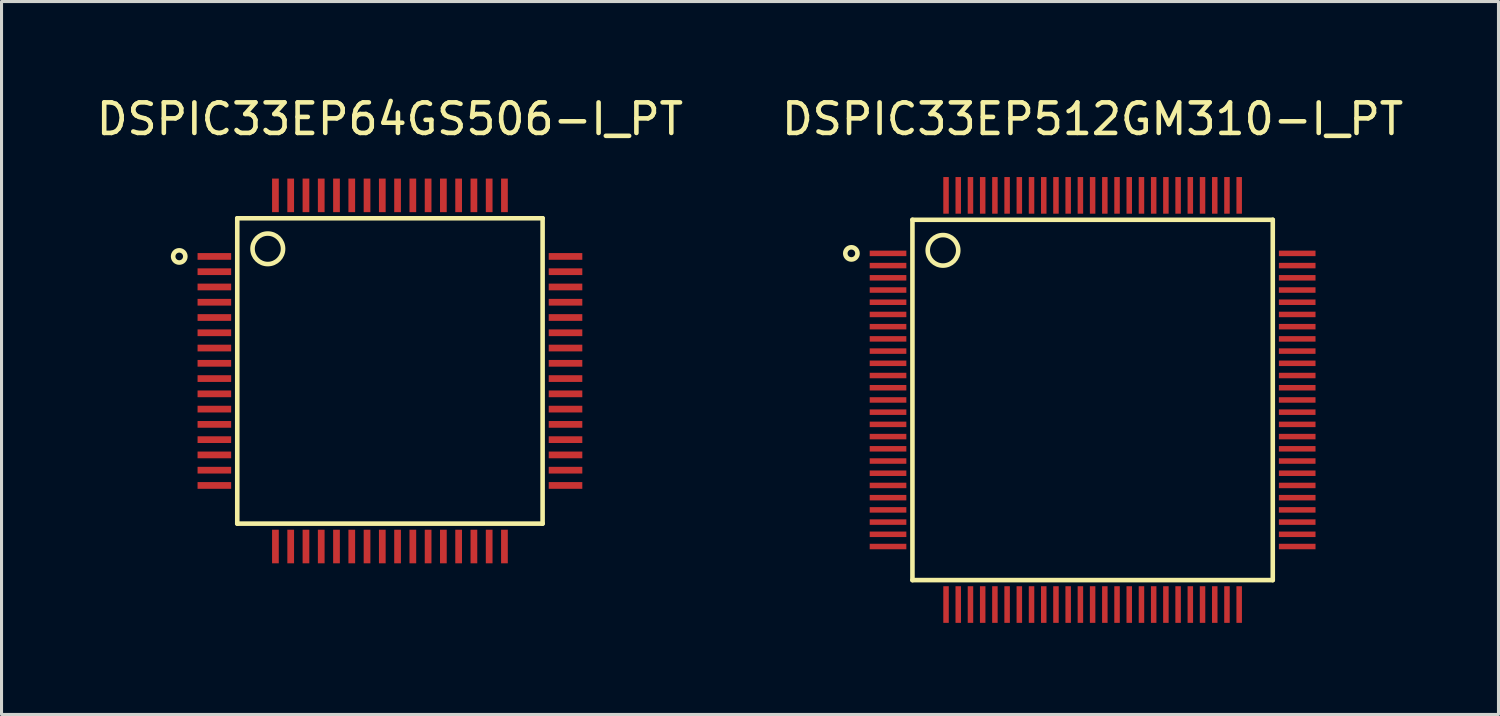
<source format=kicad_pcb>
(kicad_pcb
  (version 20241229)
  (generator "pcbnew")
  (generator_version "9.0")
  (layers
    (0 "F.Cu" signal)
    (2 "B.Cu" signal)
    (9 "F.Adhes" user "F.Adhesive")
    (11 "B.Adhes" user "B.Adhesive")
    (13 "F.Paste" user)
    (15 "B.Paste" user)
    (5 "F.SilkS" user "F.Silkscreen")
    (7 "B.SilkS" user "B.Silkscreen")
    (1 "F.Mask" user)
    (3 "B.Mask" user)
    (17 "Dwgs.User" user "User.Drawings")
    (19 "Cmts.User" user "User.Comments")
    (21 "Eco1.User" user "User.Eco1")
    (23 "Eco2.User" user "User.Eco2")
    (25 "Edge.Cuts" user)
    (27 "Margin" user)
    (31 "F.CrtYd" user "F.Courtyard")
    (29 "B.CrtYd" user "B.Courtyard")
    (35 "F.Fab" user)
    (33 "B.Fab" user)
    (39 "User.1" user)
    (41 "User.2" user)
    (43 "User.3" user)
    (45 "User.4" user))
  (footprint "DSPIC33EP512GM310-I_PT"
    (layer "F.Cu")
    (at 26.032 3.348)
    (property "Reference" "DSPIC33EP512GM310-I_PT" (at 6.7 -2.5 0) (layer "F.SilkS") (effects (font (size 1 1) (thickness 0.15))))
    (attr through_hole)
    (fp_line (start 0.8 0.8) (end 0.8 12.6) (stroke (width 0.15) (type solid)) (layer "F.SilkS"))
    (fp_line (start 0.8 0.8) (end 12.6 0.8) (stroke (width 0.15) (type solid)) (layer "F.SilkS"))
    (fp_line (start 0.8 12.6) (end 12.6 12.6) (stroke (width 0.15) (type solid)) (layer "F.SilkS"))
    (fp_line (start 12.6 12.6) (end 12.6 0.8) (stroke (width 0.15) (type solid)) (layer "F.SilkS"))
    (fp_circle (center -1.2 1.9) (end -1.2 1.7) (stroke (width 0.15) (type solid)) (fill no) (layer "F.SilkS"))
    (fp_circle (center 1.8 1.8) (end 1.8 1.3) (stroke (width 0.15) (type solid)) (fill no) (layer "F.SilkS"))
    (pad "1" smd rect (at 0 1.9) (size 1.2 0.18) (layers "F.Cu" "F.Mask" "F.Paste"))
    (pad "2" smd rect (at 0 2.3) (size 1.2 0.18) (layers "F.Cu" "F.Mask" "F.Paste"))
    (pad "3" smd rect (at 0 2.7) (size 1.2 0.18) (layers "F.Cu" "F.Mask" "F.Paste"))
    (pad "4" smd rect (at 0 3.1) (size 1.2 0.18) (layers "F.Cu" "F.Mask" "F.Paste"))
    (pad "5" smd rect (at 0 3.5) (size 1.2 0.18) (layers "F.Cu" "F.Mask" "F.Paste"))
    (pad "6" smd rect (at 0 3.9) (size 1.2 0.18) (layers "F.Cu" "F.Mask" "F.Paste"))
    (pad "7" smd rect (at 0 4.3) (size 1.2 0.18) (layers "F.Cu" "F.Mask" "F.Paste"))
    (pad "8" smd rect (at 0 4.7) (size 1.2 0.18) (layers "F.Cu" "F.Mask" "F.Paste"))
    (pad "9" smd rect (at 0 5.1) (size 1.2 0.18) (layers "F.Cu" "F.Mask" "F.Paste"))
    (pad "10" smd rect (at 0 5.5) (size 1.2 0.18) (layers "F.Cu" "F.Mask" "F.Paste"))
    (pad "11" smd rect (at 0 5.9) (size 1.2 0.18) (layers "F.Cu" "F.Mask" "F.Paste"))
    (pad "12" smd rect (at 0 6.3) (size 1.2 0.18) (layers "F.Cu" "F.Mask" "F.Paste"))
    (pad "13" smd rect (at 0 6.7) (size 1.2 0.18) (layers "F.Cu" "F.Mask" "F.Paste"))
    (pad "14" smd rect (at 0 7.1) (size 1.2 0.18) (layers "F.Cu" "F.Mask" "F.Paste"))
    (pad "15" smd rect (at 0 7.5) (size 1.2 0.18) (layers "F.Cu" "F.Mask" "F.Paste"))
    (pad "16" smd rect (at 0 7.9) (size 1.2 0.18) (layers "F.Cu" "F.Mask" "F.Paste"))
    (pad "17" smd rect (at 0 8.3) (size 1.2 0.18) (layers "F.Cu" "F.Mask" "F.Paste"))
    (pad "18" smd rect (at 0 8.7) (size 1.2 0.18) (layers "F.Cu" "F.Mask" "F.Paste"))
    (pad "19" smd rect (at 0 9.1) (size 1.2 0.18) (layers "F.Cu" "F.Mask" "F.Paste"))
    (pad "20" smd rect (at 0 9.5) (size 1.2 0.18) (layers "F.Cu" "F.Mask" "F.Paste"))
    (pad "21" smd rect (at 0 9.9) (size 1.2 0.18) (layers "F.Cu" "F.Mask" "F.Paste"))
    (pad "22" smd rect (at 0 10.3) (size 1.2 0.18) (layers "F.Cu" "F.Mask" "F.Paste"))
    (pad "23" smd rect (at 0 10.7) (size 1.2 0.18) (layers "F.Cu" "F.Mask" "F.Paste"))
    (pad "24" smd rect (at 0 11.1) (size 1.2 0.18) (layers "F.Cu" "F.Mask" "F.Paste"))
    (pad "25" smd rect (at 0 11.5) (size 1.2 0.18) (layers "F.Cu" "F.Mask" "F.Paste"))
    (pad "26" smd rect (at 1.9 13.4) (size 0.18 1.2) (layers "F.Cu" "F.Mask" "F.Paste"))
    (pad "27" smd rect (at 2.3 13.4) (size 0.18 1.2) (layers "F.Cu" "F.Mask" "F.Paste"))
    (pad "28" smd rect (at 2.7 13.4) (size 0.18 1.2) (layers "F.Cu" "F.Mask" "F.Paste"))
    (pad "29" smd rect (at 3.1 13.4) (size 0.18 1.2) (layers "F.Cu" "F.Mask" "F.Paste"))
    (pad "30" smd rect (at 3.5 13.4) (size 0.18 1.2) (layers "F.Cu" "F.Mask" "F.Paste"))
    (pad "31" smd rect (at 3.9 13.4) (size 0.18 1.2) (layers "F.Cu" "F.Mask" "F.Paste"))
    (pad "32" smd rect (at 4.3 13.4) (size 0.18 1.2) (layers "F.Cu" "F.Mask" "F.Paste"))
    (pad "33" smd rect (at 4.7 13.4) (size 0.18 1.2) (layers "F.Cu" "F.Mask" "F.Paste"))
    (pad "34" smd rect (at 5.1 13.4) (size 0.18 1.2) (layers "F.Cu" "F.Mask" "F.Paste"))
    (pad "35" smd rect (at 5.5 13.4) (size 0.18 1.2) (layers "F.Cu" "F.Mask" "F.Paste"))
    (pad "36" smd rect (at 5.9 13.4) (size 0.18 1.2) (layers "F.Cu" "F.Mask" "F.Paste"))
    (pad "37" smd rect (at 6.3 13.4) (size 0.18 1.2) (layers "F.Cu" "F.Mask" "F.Paste"))
    (pad "38" smd rect (at 6.7 13.4) (size 0.18 1.2) (layers "F.Cu" "F.Mask" "F.Paste"))
    (pad "39" smd rect (at 7.1 13.4) (size 0.18 1.2) (layers "F.Cu" "F.Mask" "F.Paste"))
    (pad "40" smd rect (at 7.5 13.4) (size 0.18 1.2) (layers "F.Cu" "F.Mask" "F.Paste"))
    (pad "41" smd rect (at 7.9 13.4) (size 0.18 1.2) (layers "F.Cu" "F.Mask" "F.Paste"))
    (pad "42" smd rect (at 8.3 13.4) (size 0.18 1.2) (layers "F.Cu" "F.Mask" "F.Paste"))
    (pad "43" smd rect (at 8.7 13.4) (size 0.18 1.2) (layers "F.Cu" "F.Mask" "F.Paste"))
    (pad "44" smd rect (at 9.1 13.4) (size 0.18 1.2) (layers "F.Cu" "F.Mask" "F.Paste"))
    (pad "45" smd rect (at 9.5 13.4) (size 0.18 1.2) (layers "F.Cu" "F.Mask" "F.Paste"))
    (pad "46" smd rect (at 9.9 13.4) (size 0.18 1.2) (layers "F.Cu" "F.Mask" "F.Paste"))
    (pad "47" smd rect (at 10.3 13.4) (size 0.18 1.2) (layers "F.Cu" "F.Mask" "F.Paste"))
    (pad "48" smd rect (at 10.7 13.4) (size 0.18 1.2) (layers "F.Cu" "F.Mask" "F.Paste"))
    (pad "49" smd rect (at 11.1 13.4) (size 0.18 1.2) (layers "F.Cu" "F.Mask" "F.Paste"))
    (pad "50" smd rect (at 11.5 13.4) (size 0.18 1.2) (layers "F.Cu" "F.Mask" "F.Paste"))
    (pad "51" smd rect (at 13.4 11.5) (size 1.2 0.18) (layers "F.Cu" "F.Mask" "F.Paste"))
    (pad "52" smd rect (at 13.4 11.1) (size 1.2 0.18) (layers "F.Cu" "F.Mask" "F.Paste"))
    (pad "53" smd rect (at 13.4 10.7) (size 1.2 0.18) (layers "F.Cu" "F.Mask" "F.Paste"))
    (pad "54" smd rect (at 13.4 10.3) (size 1.2 0.18) (layers "F.Cu" "F.Mask" "F.Paste"))
    (pad "55" smd rect (at 13.4 9.9) (size 1.2 0.18) (layers "F.Cu" "F.Mask" "F.Paste"))
    (pad "56" smd rect (at 13.4 9.5) (size 1.2 0.18) (layers "F.Cu" "F.Mask" "F.Paste"))
    (pad "57" smd rect (at 13.4 9.1) (size 1.2 0.18) (layers "F.Cu" "F.Mask" "F.Paste"))
    (pad "58" smd rect (at 13.4 8.7) (size 1.2 0.18) (layers "F.Cu" "F.Mask" "F.Paste"))
    (pad "59" smd rect (at 13.4 8.3) (size 1.2 0.18) (layers "F.Cu" "F.Mask" "F.Paste"))
    (pad "60" smd rect (at 13.4 7.9) (size 1.2 0.18) (layers "F.Cu" "F.Mask" "F.Paste"))
    (pad "61" smd rect (at 13.4 7.5) (size 1.2 0.18) (layers "F.Cu" "F.Mask" "F.Paste"))
    (pad "62" smd rect (at 13.4 7.1) (size 1.2 0.18) (layers "F.Cu" "F.Mask" "F.Paste"))
    (pad "63" smd rect (at 13.4 6.7) (size 1.2 0.18) (layers "F.Cu" "F.Mask" "F.Paste"))
    (pad "64" smd rect (at 13.4 6.3) (size 1.2 0.18) (layers "F.Cu" "F.Mask" "F.Paste"))
    (pad "65" smd rect (at 13.4 5.9) (size 1.2 0.18) (layers "F.Cu" "F.Mask" "F.Paste"))
    (pad "66" smd rect (at 13.4 5.5) (size 1.2 0.18) (layers "F.Cu" "F.Mask" "F.Paste"))
    (pad "67" smd rect (at 13.4 5.1) (size 1.2 0.18) (layers "F.Cu" "F.Mask" "F.Paste"))
    (pad "68" smd rect (at 13.4 4.7) (size 1.2 0.18) (layers "F.Cu" "F.Mask" "F.Paste"))
    (pad "69" smd rect (at 13.4 4.3) (size 1.2 0.18) (layers "F.Cu" "F.Mask" "F.Paste"))
    (pad "70" smd rect (at 13.4 3.9) (size 1.2 0.18) (layers "F.Cu" "F.Mask" "F.Paste"))
    (pad "71" smd rect (at 13.4 3.5) (size 1.2 0.18) (layers "F.Cu" "F.Mask" "F.Paste"))
    (pad "72" smd rect (at 13.4 3.1) (size 1.2 0.18) (layers "F.Cu" "F.Mask" "F.Paste"))
    (pad "73" smd rect (at 13.4 2.7) (size 1.2 0.18) (layers "F.Cu" "F.Mask" "F.Paste"))
    (pad "74" smd rect (at 13.4 2.3) (size 1.2 0.18) (layers "F.Cu" "F.Mask" "F.Paste"))
    (pad "75" smd rect (at 13.4 1.9) (size 1.2 0.18) (layers "F.Cu" "F.Mask" "F.Paste"))
    (pad "76" smd rect (at 11.5 0) (size 0.18 1.2) (layers "F.Cu" "F.Mask" "F.Paste"))
    (pad "77" smd rect (at 11.1 0) (size 0.18 1.2) (layers "F.Cu" "F.Mask" "F.Paste"))
    (pad "78" smd rect (at 10.7 0) (size 0.18 1.2) (layers "F.Cu" "F.Mask" "F.Paste"))
    (pad "79" smd rect (at 10.3 0) (size 0.18 1.2) (layers "F.Cu" "F.Mask" "F.Paste"))
    (pad "80" smd rect (at 9.9 0) (size 0.18 1.2) (layers "F.Cu" "F.Mask" "F.Paste"))
    (pad "81" smd rect (at 9.5 0) (size 0.18 1.2) (layers "F.Cu" "F.Mask" "F.Paste"))
    (pad "82" smd rect (at 9.1 0) (size 0.18 1.2) (layers "F.Cu" "F.Mask" "F.Paste"))
    (pad "83" smd rect (at 8.7 0) (size 0.18 1.2) (layers "F.Cu" "F.Mask" "F.Paste"))
    (pad "84" smd rect (at 8.3 0) (size 0.18 1.2) (layers "F.Cu" "F.Mask" "F.Paste"))
    (pad "85" smd rect (at 7.9 0) (size 0.18 1.2) (layers "F.Cu" "F.Mask" "F.Paste"))
    (pad "86" smd rect (at 7.5 0) (size 0.18 1.2) (layers "F.Cu" "F.Mask" "F.Paste"))
    (pad "87" smd rect (at 7.1 0) (size 0.18 1.2) (layers "F.Cu" "F.Mask" "F.Paste"))
    (pad "88" smd rect (at 6.7 0) (size 0.18 1.2) (layers "F.Cu" "F.Mask" "F.Paste"))
    (pad "89" smd rect (at 6.3 0) (size 0.18 1.2) (layers "F.Cu" "F.Mask" "F.Paste"))
    (pad "90" smd rect (at 5.9 0) (size 0.18 1.2) (layers "F.Cu" "F.Mask" "F.Paste"))
    (pad "91" smd rect (at 5.5 0) (size 0.18 1.2) (layers "F.Cu" "F.Mask" "F.Paste"))
    (pad "92" smd rect (at 5.1 0) (size 0.18 1.2) (layers "F.Cu" "F.Mask" "F.Paste"))
    (pad "93" smd rect (at 4.7 0) (size 0.18 1.2) (layers "F.Cu" "F.Mask" "F.Paste"))
    (pad "94" smd rect (at 4.3 0) (size 0.18 1.2) (layers "F.Cu" "F.Mask" "F.Paste"))
    (pad "95" smd rect (at 3.9 0) (size 0.18 1.2) (layers "F.Cu" "F.Mask" "F.Paste"))
    (pad "96" smd rect (at 3.5 0) (size 0.18 1.2) (layers "F.Cu" "F.Mask" "F.Paste"))
    (pad "97" smd rect (at 3.1 0) (size 0.18 1.2) (layers "F.Cu" "F.Mask" "F.Paste"))
    (pad "98" smd rect (at 2.7 0) (size 0.18 1.2) (layers "F.Cu" "F.Mask" "F.Paste"))
    (pad "99" smd rect (at 2.3 0) (size 0.18 1.2) (layers "F.Cu" "F.Mask" "F.Paste"))
    (pad "100" smd rect (at 1.9 0) (size 0.18 1.2) (layers "F.Cu" "F.Mask" "F.Paste")))
  (footprint "DSPIC33EP64GS506-I_PT"
    (layer "F.Cu")
    (at 3.97 3.348)
    (property "Reference" "DSPIC33EP64GS506-I_PT" (at 5.75 -2.5 0) (layer "F.SilkS") (effects (font (size 1 1) (thickness 0.15))))
    (attr through_hole)
    (fp_line (start 0.75 0.75) (end 0.75 10.75) (stroke (width 0.15) (type solid)) (layer "F.SilkS"))
    (fp_line (start 0.75 0.75) (end 10.75 0.75) (stroke (width 0.15) (type solid)) (layer "F.SilkS"))
    (fp_line (start 0.75 10.75) (end 10.75 10.75) (stroke (width 0.15) (type solid)) (layer "F.SilkS"))
    (fp_line (start 10.75 10.75) (end 10.75 0.75) (stroke (width 0.15) (type solid)) (layer "F.SilkS"))
    (fp_circle (center -1.15 2) (end -1.15 1.8) (stroke (width 0.15) (type solid)) (fill no) (layer "F.SilkS"))
    (fp_circle (center 1.75 1.75) (end 1.75 1.25) (stroke (width 0.15) (type solid)) (fill no) (layer "F.SilkS"))
    (pad "1" smd rect (at 0 2) (size 1.1 0.22) (layers "F.Cu" "F.Mask" "F.Paste"))
    (pad "2" smd rect (at 0 2.5) (size 1.1 0.22) (layers "F.Cu" "F.Mask" "F.Paste"))
    (pad "3" smd rect (at 0 3) (size 1.1 0.22) (layers "F.Cu" "F.Mask" "F.Paste"))
    (pad "4" smd rect (at 0 3.5) (size 1.1 0.22) (layers "F.Cu" "F.Mask" "F.Paste"))
    (pad "5" smd rect (at 0 4) (size 1.1 0.22) (layers "F.Cu" "F.Mask" "F.Paste"))
    (pad "6" smd rect (at 0 4.5) (size 1.1 0.22) (layers "F.Cu" "F.Mask" "F.Paste"))
    (pad "7" smd rect (at 0 5) (size 1.1 0.22) (layers "F.Cu" "F.Mask" "F.Paste"))
    (pad "8" smd rect (at 0 5.5) (size 1.1 0.22) (layers "F.Cu" "F.Mask" "F.Paste"))
    (pad "9" smd rect (at 0 6) (size 1.1 0.22) (layers "F.Cu" "F.Mask" "F.Paste"))
    (pad "10" smd rect (at 0 6.5) (size 1.1 0.22) (layers "F.Cu" "F.Mask" "F.Paste"))
    (pad "11" smd rect (at 0 7) (size 1.1 0.22) (layers "F.Cu" "F.Mask" "F.Paste"))
    (pad "12" smd rect (at 0 7.5) (size 1.1 0.22) (layers "F.Cu" "F.Mask" "F.Paste"))
    (pad "13" smd rect (at 0 8) (size 1.1 0.22) (layers "F.Cu" "F.Mask" "F.Paste"))
    (pad "14" smd rect (at 0 8.5) (size 1.1 0.22) (layers "F.Cu" "F.Mask" "F.Paste"))
    (pad "15" smd rect (at 0 9) (size 1.1 0.22) (layers "F.Cu" "F.Mask" "F.Paste"))
    (pad "16" smd rect (at 0 9.5) (size 1.1 0.22) (layers "F.Cu" "F.Mask" "F.Paste"))
    (pad "17" smd rect (at 2 11.5) (size 0.22 1.1) (layers "F.Cu" "F.Mask" "F.Paste"))
    (pad "18" smd rect (at 2.5 11.5) (size 0.22 1.1) (layers "F.Cu" "F.Mask" "F.Paste"))
    (pad "19" smd rect (at 3 11.5) (size 0.22 1.1) (layers "F.Cu" "F.Mask" "F.Paste"))
    (pad "20" smd rect (at 3.5 11.5) (size 0.22 1.1) (layers "F.Cu" "F.Mask" "F.Paste"))
    (pad "21" smd rect (at 4 11.5) (size 0.22 1.1) (layers "F.Cu" "F.Mask" "F.Paste"))
    (pad "22" smd rect (at 4.5 11.5) (size 0.22 1.1) (layers "F.Cu" "F.Mask" "F.Paste"))
    (pad "23" smd rect (at 5 11.5) (size 0.22 1.1) (layers "F.Cu" "F.Mask" "F.Paste"))
    (pad "24" smd rect (at 5.5 11.5) (size 0.22 1.1) (layers "F.Cu" "F.Mask" "F.Paste"))
    (pad "25" smd rect (at 6 11.5) (size 0.22 1.1) (layers "F.Cu" "F.Mask" "F.Paste"))
    (pad "26" smd rect (at 6.5 11.5) (size 0.22 1.1) (layers "F.Cu" "F.Mask" "F.Paste"))
    (pad "27" smd rect (at 7 11.5) (size 0.22 1.1) (layers "F.Cu" "F.Mask" "F.Paste"))
    (pad "28" smd rect (at 7.5 11.5) (size 0.22 1.1) (layers "F.Cu" "F.Mask" "F.Paste"))
    (pad "29" smd rect (at 8 11.5) (size 0.22 1.1) (layers "F.Cu" "F.Mask" "F.Paste"))
    (pad "30" smd rect (at 8.5 11.5) (size 0.22 1.1) (layers "F.Cu" "F.Mask" "F.Paste"))
    (pad "31" smd rect (at 9 11.5) (size 0.22 1.1) (layers "F.Cu" "F.Mask" "F.Paste"))
    (pad "32" smd rect (at 9.5 11.5) (size 0.22 1.1) (layers "F.Cu" "F.Mask" "F.Paste"))
    (pad "33" smd rect (at 11.5 9.5) (size 1.1 0.22) (layers "F.Cu" "F.Mask" "F.Paste"))
    (pad "34" smd rect (at 11.5 9) (size 1.1 0.22) (layers "F.Cu" "F.Mask" "F.Paste"))
    (pad "35" smd rect (at 11.5 8.5) (size 1.1 0.22) (layers "F.Cu" "F.Mask" "F.Paste"))
    (pad "36" smd rect (at 11.5 8) (size 1.1 0.22) (layers "F.Cu" "F.Mask" "F.Paste"))
    (pad "37" smd rect (at 11.5 7.5) (size 1.1 0.22) (layers "F.Cu" "F.Mask" "F.Paste"))
    (pad "38" smd rect (at 11.5 7) (size 1.1 0.22) (layers "F.Cu" "F.Mask" "F.Paste"))
    (pad "39" smd rect (at 11.5 6.5) (size 1.1 0.22) (layers "F.Cu" "F.Mask" "F.Paste"))
    (pad "40" smd rect (at 11.5 6) (size 1.1 0.22) (layers "F.Cu" "F.Mask" "F.Paste"))
    (pad "41" smd rect (at 11.5 5.5) (size 1.1 0.22) (layers "F.Cu" "F.Mask" "F.Paste"))
    (pad "42" smd rect (at 11.5 5) (size 1.1 0.22) (layers "F.Cu" "F.Mask" "F.Paste"))
    (pad "43" smd rect (at 11.5 4.5) (size 1.1 0.22) (layers "F.Cu" "F.Mask" "F.Paste"))
    (pad "44" smd rect (at 11.5 4) (size 1.1 0.22) (layers "F.Cu" "F.Mask" "F.Paste"))
    (pad "45" smd rect (at 11.5 3.5) (size 1.1 0.22) (layers "F.Cu" "F.Mask" "F.Paste"))
    (pad "46" smd rect (at 11.5 3) (size 1.1 0.22) (layers "F.Cu" "F.Mask" "F.Paste"))
    (pad "47" smd rect (at 11.5 2.5) (size 1.1 0.22) (layers "F.Cu" "F.Mask" "F.Paste"))
    (pad "48" smd rect (at 11.5 2) (size 1.1 0.22) (layers "F.Cu" "F.Mask" "F.Paste"))
    (pad "49" smd rect (at 9.5 0) (size 0.22 1.1) (layers "F.Cu" "F.Mask" "F.Paste"))
    (pad "50" smd rect (at 9 0) (size 0.22 1.1) (layers "F.Cu" "F.Mask" "F.Paste"))
    (pad "51" smd rect (at 8.5 0) (size 0.22 1.1) (layers "F.Cu" "F.Mask" "F.Paste"))
    (pad "52" smd rect (at 8 0) (size 0.22 1.1) (layers "F.Cu" "F.Mask" "F.Paste"))
    (pad "53" smd rect (at 7.5 0) (size 0.22 1.1) (layers "F.Cu" "F.Mask" "F.Paste"))
    (pad "54" smd rect (at 7 0) (size 0.22 1.1) (layers "F.Cu" "F.Mask" "F.Paste"))
    (pad "55" smd rect (at 6.5 0) (size 0.22 1.1) (layers "F.Cu" "F.Mask" "F.Paste"))
    (pad "56" smd rect (at 6 0) (size 0.22 1.1) (layers "F.Cu" "F.Mask" "F.Paste"))
    (pad "57" smd rect (at 5.5 0) (size 0.22 1.1) (layers "F.Cu" "F.Mask" "F.Paste"))
    (pad "58" smd rect (at 5 0) (size 0.22 1.1) (layers "F.Cu" "F.Mask" "F.Paste"))
    (pad "59" smd rect (at 4.5 0) (size 0.22 1.1) (layers "F.Cu" "F.Mask" "F.Paste"))
    (pad "60" smd rect (at 4 0) (size 0.22 1.1) (layers "F.Cu" "F.Mask" "F.Paste"))
    (pad "61" smd rect (at 3.5 0) (size 0.22 1.1) (layers "F.Cu" "F.Mask" "F.Paste"))
    (pad "62" smd rect (at 3 0) (size 0.22 1.1) (layers "F.Cu" "F.Mask" "F.Paste"))
    (pad "63" smd rect (at 2.5 0) (size 0.22 1.1) (layers "F.Cu" "F.Mask" "F.Paste"))
    (pad "64" smd rect (at 2 0) (size 0.22 1.1) (layers "F.Cu" "F.Mask" "F.Paste")))
  (gr_rect
    (start -3 -3)
    (end 46.024 20.348)
    (stroke (width 0.1) (type default))
    (fill no)
    (layer "Edge.Cuts")))
</source>
